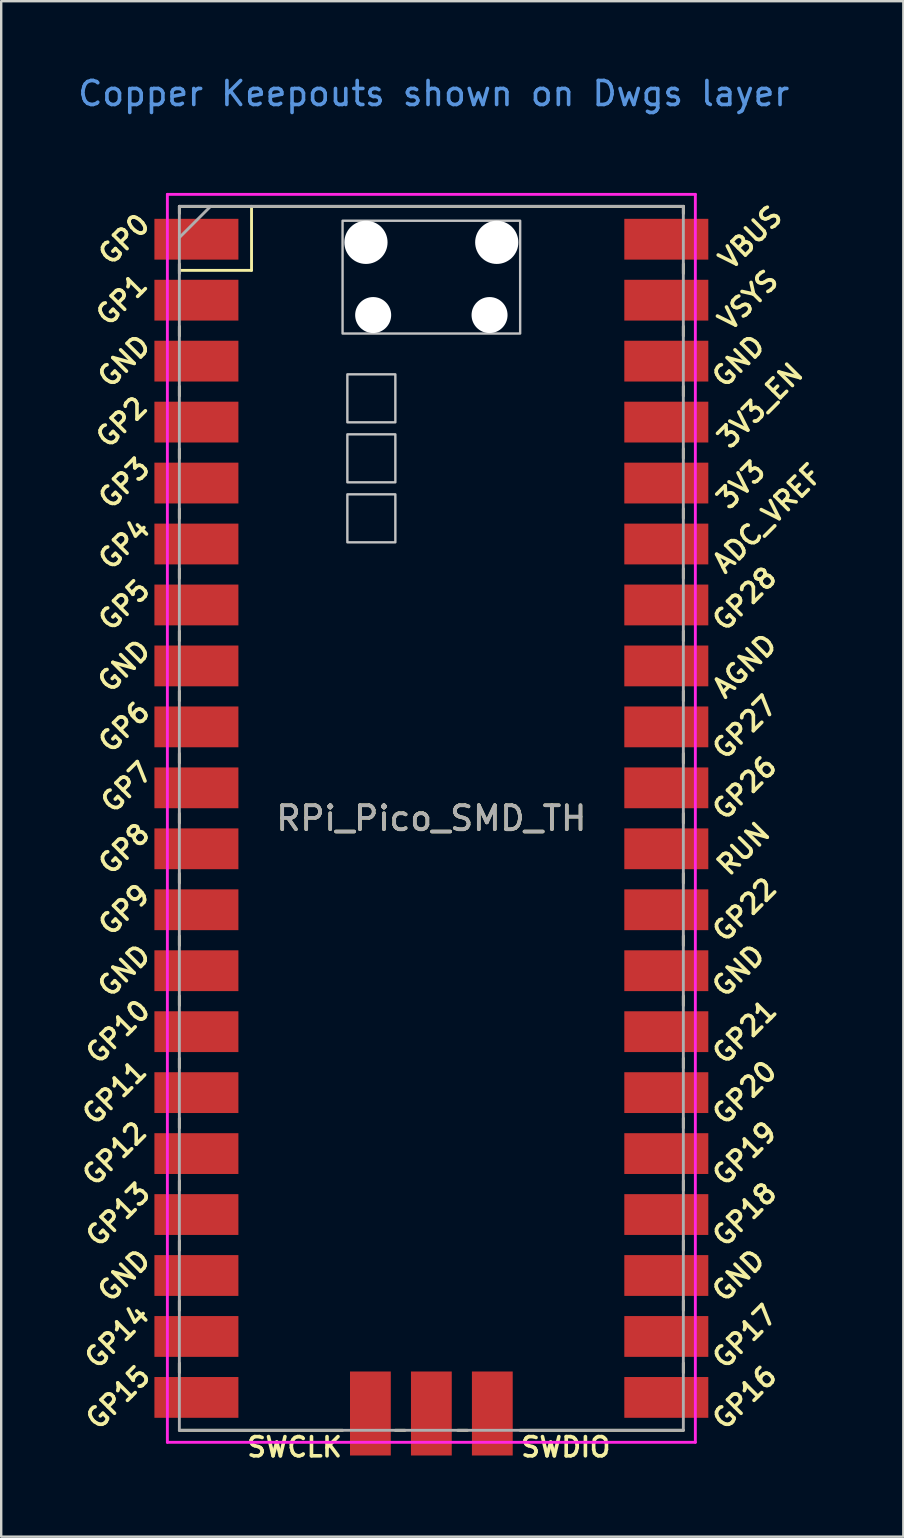
<source format=kicad_pcb>
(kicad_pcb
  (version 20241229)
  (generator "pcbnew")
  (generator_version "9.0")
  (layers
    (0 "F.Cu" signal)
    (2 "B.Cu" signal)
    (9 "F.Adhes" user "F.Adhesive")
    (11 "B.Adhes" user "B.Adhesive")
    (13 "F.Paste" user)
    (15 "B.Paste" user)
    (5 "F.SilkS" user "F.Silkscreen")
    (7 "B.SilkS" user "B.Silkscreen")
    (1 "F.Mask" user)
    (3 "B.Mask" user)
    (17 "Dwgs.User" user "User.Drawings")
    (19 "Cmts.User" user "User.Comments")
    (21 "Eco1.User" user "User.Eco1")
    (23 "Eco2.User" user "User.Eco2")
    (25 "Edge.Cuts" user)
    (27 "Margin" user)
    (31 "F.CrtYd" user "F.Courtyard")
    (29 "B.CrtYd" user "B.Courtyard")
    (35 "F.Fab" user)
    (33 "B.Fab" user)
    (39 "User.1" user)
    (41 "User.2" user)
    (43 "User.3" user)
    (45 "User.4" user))
  (footprint "RPi_Pico_SMD_TH"
    (layer "F.Cu")
    (at 14.924 31.048)
    (property "Reference" "RPi_Pico_SMD_TH" (at 0 0 0) (layer "F.SilkS") (effects (font (size 1 1) (thickness 0.15))))
    (attr through_hole)
    (fp_line (start -10.5 -25.5) (end -10.5 -25.2) (stroke (width 0.12) (type solid)) (layer "F.SilkS"))
    (fp_line (start -10.5 -25.5) (end 10.5 -25.5) (stroke (width 0.12) (type solid)) (layer "F.SilkS"))
    (fp_line (start -10.5 -23.1) (end -10.5 -22.7) (stroke (width 0.12) (type solid)) (layer "F.SilkS"))
    (fp_line (start -10.5 -22.833) (end -7.493 -22.833) (stroke (width 0.12) (type solid)) (layer "F.SilkS"))
    (fp_line (start -10.5 -20.5) (end -10.5 -20.1) (stroke (width 0.12) (type solid)) (layer "F.SilkS"))
    (fp_line (start -10.5 -18) (end -10.5 -17.6) (stroke (width 0.12) (type solid)) (layer "F.SilkS"))
    (fp_line (start -10.5 -15.4) (end -10.5 -15) (stroke (width 0.12) (type solid)) (layer "F.SilkS"))
    (fp_line (start -10.5 -12.9) (end -10.5 -12.5) (stroke (width 0.12) (type solid)) (layer "F.SilkS"))
    (fp_line (start -10.5 -10.4) (end -10.5 -10) (stroke (width 0.12) (type solid)) (layer "F.SilkS"))
    (fp_line (start -10.5 -7.8) (end -10.5 -7.4) (stroke (width 0.12) (type solid)) (layer "F.SilkS"))
    (fp_line (start -10.5 -5.3) (end -10.5 -4.9) (stroke (width 0.12) (type solid)) (layer "F.SilkS"))
    (fp_line (start -10.5 -2.7) (end -10.5 -2.3) (stroke (width 0.12) (type solid)) (layer "F.SilkS"))
    (fp_line (start -10.5 -0.2) (end -10.5 0.2) (stroke (width 0.12) (type solid)) (layer "F.SilkS"))
    (fp_line (start -10.5 2.3) (end -10.5 2.7) (stroke (width 0.12) (type solid)) (layer "F.SilkS"))
    (fp_line (start -10.5 4.9) (end -10.5 5.3) (stroke (width 0.12) (type solid)) (layer "F.SilkS"))
    (fp_line (start -10.5 7.4) (end -10.5 7.8) (stroke (width 0.12) (type solid)) (layer "F.SilkS"))
    (fp_line (start -10.5 10) (end -10.5 10.4) (stroke (width 0.12) (type solid)) (layer "F.SilkS"))
    (fp_line (start -10.5 12.5) (end -10.5 12.9) (stroke (width 0.12) (type solid)) (layer "F.SilkS"))
    (fp_line (start -10.5 15.1) (end -10.5 15.5) (stroke (width 0.12) (type solid)) (layer "F.SilkS"))
    (fp_line (start -10.5 17.6) (end -10.5 18) (stroke (width 0.12) (type solid)) (layer "F.SilkS"))
    (fp_line (start -10.5 20.1) (end -10.5 20.5) (stroke (width 0.12) (type solid)) (layer "F.SilkS"))
    (fp_line (start -10.5 22.7) (end -10.5 23.1) (stroke (width 0.12) (type solid)) (layer "F.SilkS"))
    (fp_line (start -7.493 -22.833) (end -7.493 -25.5) (stroke (width 0.12) (type solid)) (layer "F.SilkS"))
    (fp_line (start -3.7 25.5) (end -10.5 25.5) (stroke (width 0.12) (type solid)) (layer "F.SilkS"))
    (fp_line (start -1.5 25.5) (end -1.1 25.5) (stroke (width 0.12) (type solid)) (layer "F.SilkS"))
    (fp_line (start 1.1 25.5) (end 1.5 25.5) (stroke (width 0.12) (type solid)) (layer "F.SilkS"))
    (fp_line (start 10.5 -25.5) (end 10.5 -25.2) (stroke (width 0.12) (type solid)) (layer "F.SilkS"))
    (fp_line (start 10.5 -23.1) (end 10.5 -22.7) (stroke (width 0.12) (type solid)) (layer "F.SilkS"))
    (fp_line (start 10.5 -20.5) (end 10.5 -20.1) (stroke (width 0.12) (type solid)) (layer "F.SilkS"))
    (fp_line (start 10.5 -18) (end 10.5 -17.6) (stroke (width 0.12) (type solid)) (layer "F.SilkS"))
    (fp_line (start 10.5 -15.4) (end 10.5 -15) (stroke (width 0.12) (type solid)) (layer "F.SilkS"))
    (fp_line (start 10.5 -12.9) (end 10.5 -12.5) (stroke (width 0.12) (type solid)) (layer "F.SilkS"))
    (fp_line (start 10.5 -10.4) (end 10.5 -10) (stroke (width 0.12) (type solid)) (layer "F.SilkS"))
    (fp_line (start 10.5 -7.8) (end 10.5 -7.4) (stroke (width 0.12) (type solid)) (layer "F.SilkS"))
    (fp_line (start 10.5 -5.3) (end 10.5 -4.9) (stroke (width 0.12) (type solid)) (layer "F.SilkS"))
    (fp_line (start 10.5 -2.7) (end 10.5 -2.3) (stroke (width 0.12) (type solid)) (layer "F.SilkS"))
    (fp_line (start 10.5 -0.2) (end 10.5 0.2) (stroke (width 0.12) (type solid)) (layer "F.SilkS"))
    (fp_line (start 10.5 2.3) (end 10.5 2.7) (stroke (width 0.12) (type solid)) (layer "F.SilkS"))
    (fp_line (start 10.5 4.9) (end 10.5 5.3) (stroke (width 0.12) (type solid)) (layer "F.SilkS"))
    (fp_line (start 10.5 7.4) (end 10.5 7.8) (stroke (width 0.12) (type solid)) (layer "F.SilkS"))
    (fp_line (start 10.5 10) (end 10.5 10.4) (stroke (width 0.12) (type solid)) (layer "F.SilkS"))
    (fp_line (start 10.5 12.5) (end 10.5 12.9) (stroke (width 0.12) (type solid)) (layer "F.SilkS"))
    (fp_line (start 10.5 15.1) (end 10.5 15.5) (stroke (width 0.12) (type solid)) (layer "F.SilkS"))
    (fp_line (start 10.5 17.6) (end 10.5 18) (stroke (width 0.12) (type solid)) (layer "F.SilkS"))
    (fp_line (start 10.5 20.1) (end 10.5 20.5) (stroke (width 0.12) (type solid)) (layer "F.SilkS"))
    (fp_line (start 10.5 22.7) (end 10.5 23.1) (stroke (width 0.12) (type solid)) (layer "F.SilkS"))
    (fp_line (start 10.5 25.5) (end 3.7 25.5) (stroke (width 0.12) (type solid)) (layer "F.SilkS"))
    (fp_poly (pts (xy -1.5 -16.5) (xy -3.5 -16.5) (xy -3.5 -18.5) (xy -1.5 -18.5)) (stroke (width 0.1) (type solid)) (fill no) (layer "Dwgs.User"))
    (fp_poly (pts (xy -1.5 -14) (xy -3.5 -14) (xy -3.5 -16) (xy -1.5 -16)) (stroke (width 0.1) (type solid)) (fill no) (layer "Dwgs.User"))
    (fp_poly (pts (xy -1.5 -11.5) (xy -3.5 -11.5) (xy -3.5 -13.5) (xy -1.5 -13.5)) (stroke (width 0.1) (type solid)) (fill no) (layer "Dwgs.User"))
    (fp_poly (pts (xy 3.7 -20.2) (xy -3.7 -20.2) (xy -3.7 -24.9) (xy 3.7 -24.9)) (stroke (width 0.1) (type solid)) (fill no) (layer "Dwgs.User"))
    (fp_line (start -11 -26) (end 11 -26) (stroke (width 0.12) (type solid)) (layer "F.CrtYd"))
    (fp_line (start -11 26) (end -11 -26) (stroke (width 0.12) (type solid)) (layer "F.CrtYd"))
    (fp_line (start 11 -26) (end 11 26) (stroke (width 0.12) (type solid)) (layer "F.CrtYd"))
    (fp_line (start 11 26) (end -11 26) (stroke (width 0.12) (type solid)) (layer "F.CrtYd"))
    (fp_line (start -10.5 -25.5) (end 10.5 -25.5) (stroke (width 0.12) (type solid)) (layer "F.Fab"))
    (fp_line (start -10.5 -24.2) (end -9.2 -25.5) (stroke (width 0.12) (type solid)) (layer "F.Fab"))
    (fp_line (start -10.5 25.5) (end -10.5 -25.5) (stroke (width 0.12) (type solid)) (layer "F.Fab"))
    (fp_line (start 10.5 -25.5) (end 10.5 25.5) (stroke (width 0.12) (type solid)) (layer "F.Fab"))
    (fp_line (start 10.5 25.5) (end -10.5 25.5) (stroke (width 0.12) (type solid)) (layer "F.Fab"))
    (fp_text user "GND" (at -12.8 -19.05 45) (layer "F.SilkS") (effects (font (size 0.8 0.8) (thickness 0.15))))
    (fp_text user "GP26" (at 13.054 -1.27 45) (layer "F.SilkS") (effects (font (size 0.8 0.8) (thickness 0.15))))
    (fp_text user "GP3" (at -12.8 -13.97 45) (layer "F.SilkS") (effects (font (size 0.8 0.8) (thickness 0.15))))
    (fp_text user "GP20" (at 13.054 11.43 45) (layer "F.SilkS") (effects (font (size 0.8 0.8) (thickness 0.15))))
    (fp_text user "ADC_VREF" (at 14 -12.5 45) (layer "F.SilkS") (effects (font (size 0.8 0.8) (thickness 0.15))))
    (fp_text user "GND" (at -12.8 6.35 45) (layer "F.SilkS") (effects (font (size 0.8 0.8) (thickness 0.15))))
    (fp_text user "GP28" (at 13.054 -9.144 45) (layer "F.SilkS") (effects (font (size 0.8 0.8) (thickness 0.15))))
    (fp_text user "GP9" (at -12.8 3.81 45) (layer "F.SilkS") (effects (font (size 0.8 0.8) (thickness 0.15))))
    (fp_text user "VSYS" (at 13.2 -21.59 45) (layer "F.SilkS") (effects (font (size 0.8 0.8) (thickness 0.15))))
    (fp_text user "VBUS" (at 13.3 -24.2 45) (layer "F.SilkS") (effects (font (size 0.8 0.8) (thickness 0.15))))
    (fp_text user "3V3" (at 12.9 -13.9 45) (layer "F.SilkS") (effects (font (size 0.8 0.8) (thickness 0.15))))
    (fp_text user "GP15" (at -13.054 24.13 45) (layer "F.SilkS") (effects (font (size 0.8 0.8) (thickness 0.15))))
    (fp_text user "SWDIO" (at 5.6 26.2 0) (layer "F.SilkS") (effects (font (size 0.8 0.8) (thickness 0.15))))
    (fp_text user "GP18" (at 13.054 16.51 45) (layer "F.SilkS") (effects (font (size 0.8 0.8) (thickness 0.15))))
    (fp_text user "SWCLK" (at -5.7 26.2 0) (layer "F.SilkS") (effects (font (size 0.8 0.8) (thickness 0.15))))
    (fp_text user "GND" (at -12.8 -6.35 45) (layer "F.SilkS") (effects (font (size 0.8 0.8) (thickness 0.15))))
    (fp_text user "GP2" (at -12.9 -16.51 45) (layer "F.SilkS") (effects (font (size 0.8 0.8) (thickness 0.15))))
    (fp_text user "GP8" (at -12.8 1.27 45) (layer "F.SilkS") (effects (font (size 0.8 0.8) (thickness 0.15))))
    (fp_text user "GP4" (at -12.8 -11.43 45) (layer "F.SilkS") (effects (font (size 0.8 0.8) (thickness 0.15))))
    (fp_text user "GND" (at 12.8 19.05 45) (layer "F.SilkS") (effects (font (size 0.8 0.8) (thickness 0.15))))
    (fp_text user "GND" (at 12.8 -19.05 45) (layer "F.SilkS") (effects (font (size 0.8 0.8) (thickness 0.15))))
    (fp_text user "GP22" (at 13.054 3.81 45) (layer "F.SilkS") (effects (font (size 0.8 0.8) (thickness 0.15))))
    (fp_text user "GP11" (at -13.2 11.43 45) (layer "F.SilkS") (effects (font (size 0.8 0.8) (thickness 0.15))))
    (fp_text user "GP13" (at -13.054 16.51 45) (layer "F.SilkS") (effects (font (size 0.8 0.8) (thickness 0.15))))
    (fp_text user "GND" (at 12.8 6.35 45) (layer "F.SilkS") (effects (font (size 0.8 0.8) (thickness 0.15))))
    (fp_text user "3V3_EN" (at 13.7 -17.2 45) (layer "F.SilkS") (effects (font (size 0.8 0.8) (thickness 0.15))))
    (fp_text user "GP5" (at -12.8 -8.89 45) (layer "F.SilkS") (effects (font (size 0.8 0.8) (thickness 0.15))))
    (fp_text user "GP12" (at -13.2 13.97 45) (layer "F.SilkS") (effects (font (size 0.8 0.8) (thickness 0.15))))
    (fp_text user "AGND" (at 13.054 -6.35 45) (layer "F.SilkS") (effects (font (size 0.8 0.8) (thickness 0.15))))
    (fp_text user "GP27" (at 13.054 -3.8 45) (layer "F.SilkS") (effects (font (size 0.8 0.8) (thickness 0.15))))
    (fp_text user "GP14" (at -13.1 21.59 45) (layer "F.SilkS") (effects (font (size 0.8 0.8) (thickness 0.15))))
    (fp_text user "GP7" (at -12.7 -1.3 45) (layer "F.SilkS") (effects (font (size 0.8 0.8) (thickness 0.15))))
    (fp_text user "GP16" (at 13.054 24.13 45) (layer "F.SilkS") (effects (font (size 0.8 0.8) (thickness 0.15))))
    (fp_text user "GP10" (at -13.054 8.89 45) (layer "F.SilkS") (effects (font (size 0.8 0.8) (thickness 0.15))))
    (fp_text user "GND" (at -12.8 19.05 45) (layer "F.SilkS") (effects (font (size 0.8 0.8) (thickness 0.15))))
    (fp_text user "GP0" (at -12.8 -24.13 45) (layer "F.SilkS") (effects (font (size 0.8 0.8) (thickness 0.15))))
    (fp_text user "GP19" (at 13.054 13.97 45) (layer "F.SilkS") (effects (font (size 0.8 0.8) (thickness 0.15))))
    (fp_text user "GP21" (at 13.054 8.9 45) (layer "F.SilkS") (effects (font (size 0.8 0.8) (thickness 0.15))))
    (fp_text user "GP17" (at 13.054 21.59 45) (layer "F.SilkS") (effects (font (size 0.8 0.8) (thickness 0.15))))
    (fp_text user "RUN" (at 13 1.27 45) (layer "F.SilkS") (effects (font (size 0.8 0.8) (thickness 0.15))))
    (fp_text user "GP1" (at -12.9 -21.6 45) (layer "F.SilkS") (effects (font (size 0.8 0.8) (thickness 0.15))))
    (fp_text user "GP6" (at -12.8 -3.81 45) (layer "F.SilkS") (effects (font (size 0.8 0.8) (thickness 0.15))))
    (fp_text user "Copper Keepouts shown on Dwgs layer" (at 0.1 -30.2 0) (layer "Cmts.User") (effects (font (size 1 1) (thickness 0.15))))
    (fp_text user "${REFERENCE}" (at 0 0 180) (layer "F.Fab") (effects (font (size 1 1) (thickness 0.15))))
    (pad "" np_thru_hole oval (at -2.725 -24) (size 1.8 1.8) (drill 1.8) (layers "*.Cu" "*.Mask"))
    (pad "" np_thru_hole oval (at -2.425 -20.97) (size 1.5 1.5) (drill 1.5) (layers "*.Cu" "*.Mask"))
    (pad "" np_thru_hole oval (at 2.425 -20.97) (size 1.5 1.5) (drill 1.5) (layers "*.Cu" "*.Mask"))
    (pad "" np_thru_hole oval (at 2.725 -24) (size 1.8 1.8) (drill 1.8) (layers "*.Cu" "*.Mask"))
    (pad "1" smd rect (at -8.89 -24.13) (size 3.5 1.7) (drill (offset -0.9 0)) (layers "F.Cu" "F.Mask"))
    (pad "2" smd rect (at -8.89 -21.59) (size 3.5 1.7) (drill (offset -0.9 0)) (layers "F.Cu" "F.Mask"))
    (pad "3" smd rect (at -8.89 -19.05) (size 3.5 1.7) (drill (offset -0.9 0)) (layers "F.Cu" "F.Mask"))
    (pad "4" smd rect (at -8.89 -16.51) (size 3.5 1.7) (drill (offset -0.9 0)) (layers "F.Cu" "F.Mask"))
    (pad "5" smd rect (at -8.89 -13.97) (size 3.5 1.7) (drill (offset -0.9 0)) (layers "F.Cu" "F.Mask"))
    (pad "6" smd rect (at -8.89 -11.43) (size 3.5 1.7) (drill (offset -0.9 0)) (layers "F.Cu" "F.Mask"))
    (pad "7" smd rect (at -8.89 -8.89) (size 3.5 1.7) (drill (offset -0.9 0)) (layers "F.Cu" "F.Mask"))
    (pad "8" smd rect (at -8.89 -6.35) (size 3.5 1.7) (drill (offset -0.9 0)) (layers "F.Cu" "F.Mask"))
    (pad "9" smd rect (at -8.89 -3.81) (size 3.5 1.7) (drill (offset -0.9 0)) (layers "F.Cu" "F.Mask"))
    (pad "10" smd rect (at -8.89 -1.27) (size 3.5 1.7) (drill (offset -0.9 0)) (layers "F.Cu" "F.Mask"))
    (pad "11" smd rect (at -8.89 1.27) (size 3.5 1.7) (drill (offset -0.9 0)) (layers "F.Cu" "F.Mask"))
    (pad "12" smd rect (at -8.89 3.81) (size 3.5 1.7) (drill (offset -0.9 0)) (layers "F.Cu" "F.Mask"))
    (pad "13" smd rect (at -8.89 6.35) (size 3.5 1.7) (drill (offset -0.9 0)) (layers "F.Cu" "F.Mask"))
    (pad "14" smd rect (at -8.89 8.89) (size 3.5 1.7) (drill (offset -0.9 0)) (layers "F.Cu" "F.Mask"))
    (pad "15" smd rect (at -8.89 11.43) (size 3.5 1.7) (drill (offset -0.9 0)) (layers "F.Cu" "F.Mask"))
    (pad "16" smd rect (at -8.89 13.97) (size 3.5 1.7) (drill (offset -0.9 0)) (layers "F.Cu" "F.Mask"))
    (pad "17" smd rect (at -8.89 16.51) (size 3.5 1.7) (drill (offset -0.9 0)) (layers "F.Cu" "F.Mask"))
    (pad "18" smd rect (at -8.89 19.05) (size 3.5 1.7) (drill (offset -0.9 0)) (layers "F.Cu" "F.Mask"))
    (pad "19" smd rect (at -8.89 21.59) (size 3.5 1.7) (drill (offset -0.9 0)) (layers "F.Cu" "F.Mask"))
    (pad "20" smd rect (at -8.89 24.13) (size 3.5 1.7) (drill (offset -0.9 0)) (layers "F.Cu" "F.Mask"))
    (pad "21" smd rect (at 8.89 24.13) (size 3.5 1.7) (drill (offset 0.9 0)) (layers "F.Cu" "F.Mask"))
    (pad "22" smd rect (at 8.89 21.59) (size 3.5 1.7) (drill (offset 0.9 0)) (layers "F.Cu" "F.Mask"))
    (pad "23" smd rect (at 8.89 19.05) (size 3.5 1.7) (drill (offset 0.9 0)) (layers "F.Cu" "F.Mask"))
    (pad "24" smd rect (at 8.89 16.51) (size 3.5 1.7) (drill (offset 0.9 0)) (layers "F.Cu" "F.Mask"))
    (pad "25" smd rect (at 8.89 13.97) (size 3.5 1.7) (drill (offset 0.9 0)) (layers "F.Cu" "F.Mask"))
    (pad "26" smd rect (at 8.89 11.43) (size 3.5 1.7) (drill (offset 0.9 0)) (layers "F.Cu" "F.Mask"))
    (pad "27" smd rect (at 8.89 8.89) (size 3.5 1.7) (drill (offset 0.9 0)) (layers "F.Cu" "F.Mask"))
    (pad "28" smd rect (at 8.89 6.35) (size 3.5 1.7) (drill (offset 0.9 0)) (layers "F.Cu" "F.Mask"))
    (pad "29" smd rect (at 8.89 3.81) (size 3.5 1.7) (drill (offset 0.9 0)) (layers "F.Cu" "F.Mask"))
    (pad "30" smd rect (at 8.89 1.27) (size 3.5 1.7) (drill (offset 0.9 0)) (layers "F.Cu" "F.Mask"))
    (pad "31" smd rect (at 8.89 -1.27) (size 3.5 1.7) (drill (offset 0.9 0)) (layers "F.Cu" "F.Mask"))
    (pad "32" smd rect (at 8.89 -3.81) (size 3.5 1.7) (drill (offset 0.9 0)) (layers "F.Cu" "F.Mask"))
    (pad "33" smd rect (at 8.89 -6.35) (size 3.5 1.7) (drill (offset 0.9 0)) (layers "F.Cu" "F.Mask"))
    (pad "34" smd rect (at 8.89 -8.89) (size 3.5 1.7) (drill (offset 0.9 0)) (layers "F.Cu" "F.Mask"))
    (pad "35" smd rect (at 8.89 -11.43) (size 3.5 1.7) (drill (offset 0.9 0)) (layers "F.Cu" "F.Mask"))
    (pad "36" smd rect (at 8.89 -13.97) (size 3.5 1.7) (drill (offset 0.9 0)) (layers "F.Cu" "F.Mask"))
    (pad "37" smd rect (at 8.89 -16.51) (size 3.5 1.7) (drill (offset 0.9 0)) (layers "F.Cu" "F.Mask"))
    (pad "38" smd rect (at 8.89 -19.05) (size 3.5 1.7) (drill (offset 0.9 0)) (layers "F.Cu" "F.Mask"))
    (pad "39" smd rect (at 8.89 -21.59) (size 3.5 1.7) (drill (offset 0.9 0)) (layers "F.Cu" "F.Mask"))
    (pad "40" smd rect (at 8.89 -24.13) (size 3.5 1.7) (drill (offset 0.9 0)) (layers "F.Cu" "F.Mask"))
    (pad "41" smd rect (at -2.54 23.9 90) (size 3.5 1.7) (drill (offset -0.9 0)) (layers "F.Cu" "F.Mask"))
    (pad "42" smd rect (at 0 23.9 90) (size 3.5 1.7) (drill (offset -0.9 0)) (layers "F.Cu" "F.Mask"))
    (pad "43" smd rect (at 2.54 23.9 90) (size 3.5 1.7) (drill (offset -0.9 0)) (layers "F.Cu" "F.Mask")))
  (gr_rect
    (start -3 -3)
    (end 34.591 60.98)
    (stroke (width 0.1) (type default))
    (fill no)
    (layer "Edge.Cuts")))
</source>
